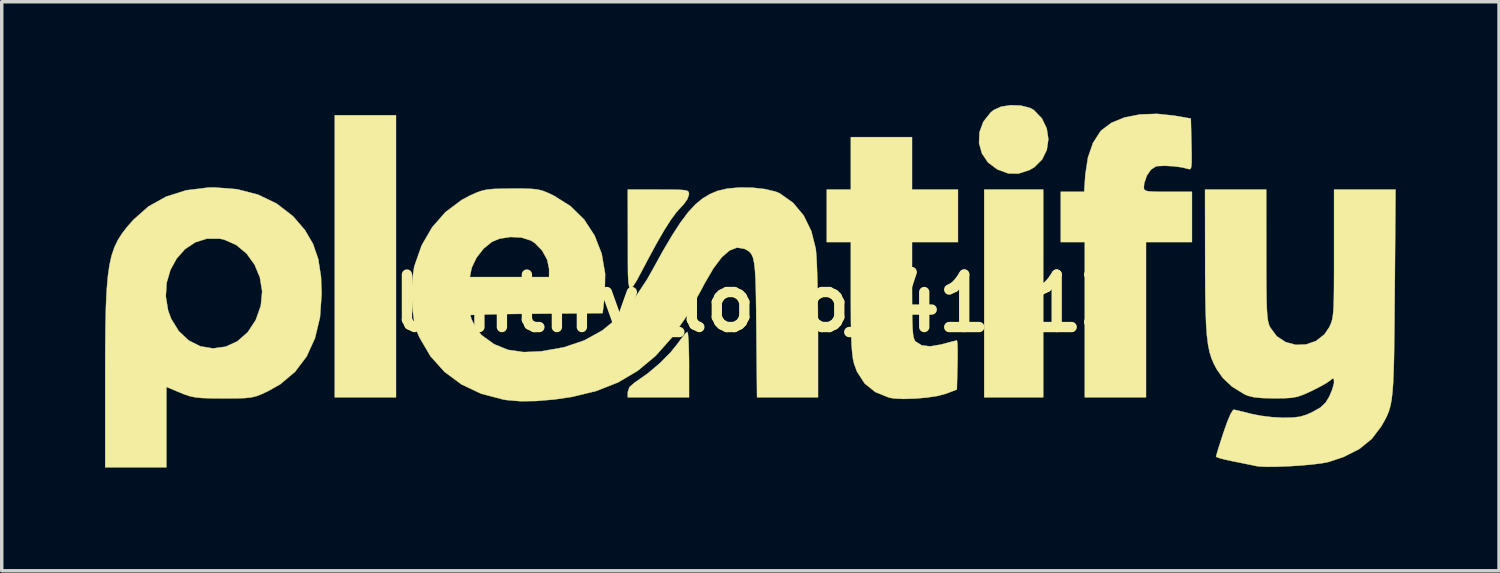
<source format=kicad_pcb>
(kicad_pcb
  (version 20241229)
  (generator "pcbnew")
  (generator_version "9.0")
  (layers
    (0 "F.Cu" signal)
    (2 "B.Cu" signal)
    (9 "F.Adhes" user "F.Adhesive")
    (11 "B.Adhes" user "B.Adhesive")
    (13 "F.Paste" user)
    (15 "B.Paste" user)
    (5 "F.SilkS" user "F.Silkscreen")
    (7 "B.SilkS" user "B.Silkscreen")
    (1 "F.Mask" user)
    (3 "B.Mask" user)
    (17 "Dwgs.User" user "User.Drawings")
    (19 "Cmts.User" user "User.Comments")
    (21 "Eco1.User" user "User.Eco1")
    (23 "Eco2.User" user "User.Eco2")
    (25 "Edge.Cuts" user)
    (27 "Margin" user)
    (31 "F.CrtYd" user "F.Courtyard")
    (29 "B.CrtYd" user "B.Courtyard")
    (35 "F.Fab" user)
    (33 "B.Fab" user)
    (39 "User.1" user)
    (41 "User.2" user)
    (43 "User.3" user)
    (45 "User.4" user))
  (footprint "plentify_logo_41x13"
    (layer "F.Cu")
    (at 18.42 5.758)
    (property "Reference" "plentify_logo_41x13" (at 0 0 0) (layer "F.SilkS") (effects (font (size 1.524 1.524) (thickness 0.3))))
    (attr through_hole)
    (fp_poly (pts (xy -9.97 2.731) (xy -11.748 2.731) (xy -11.748 -5.461) (xy -9.97 -5.461) (xy -9.97 2.731)) (stroke (width 0.01) (type solid)) (fill yes) (layer "F.SilkS"))
    (fp_poly (pts (xy 8.826 2.731) (xy 7.112 2.731) (xy 7.112 -3.302) (xy 8.826 -3.302) (xy 8.826 2.731)) (stroke (width 0.01) (type solid)) (fill yes) (layer "F.SilkS"))
    (fp_poly (pts (xy -1.492 0.887) (xy -1.477 1.051) (xy -1.467 1.298) (xy -1.461 1.607) (xy -1.46 1.778) (xy -1.46 2.731) (xy -3.239 2.731) (xy -3.239 2.577) (xy -3.191 2.435) (xy -3.037 2.299) (xy -3.005 2.279) (xy -2.657 2.035) (xy -2.31 1.741) (xy -2.004 1.434) (xy -1.796 1.177) (xy -1.668 1.001) (xy -1.564 0.875) (xy -1.508 0.828) (xy -1.492 0.887)) (stroke (width 0.01) (type solid)) (fill yes) (layer "F.SilkS"))
    (fp_poly (pts (xy 8.177 -5.742) (xy 8.437 -5.676) (xy 8.552 -5.613) (xy 8.788 -5.369) (xy 8.928 -5.078) (xy 8.975 -4.765) (xy 8.93 -4.456) (xy 8.794 -4.177) (xy 8.571 -3.954) (xy 8.42 -3.867) (xy 8.105 -3.766) (xy 7.813 -3.771) (xy 7.501 -3.885) (xy 7.492 -3.889) (xy 7.222 -4.09) (xy 7.045 -4.353) (xy 6.962 -4.654) (xy 6.975 -4.969) (xy 7.086 -5.272) (xy 7.297 -5.539) (xy 7.387 -5.613) (xy 7.602 -5.71) (xy 7.882 -5.753) (xy 8.177 -5.742)) (stroke (width 0.01) (type solid)) (fill yes) (layer "F.SilkS"))
    (fp_poly (pts (xy -1.998 -3.301) (xy -1.754 -3.297) (xy -1.598 -3.287) (xy -1.511 -3.267) (xy -1.472 -3.234) (xy -1.462 -3.185) (xy -1.462 -3.159) (xy -1.507 -3.027) (xy -1.618 -2.871) (xy -1.661 -2.826) (xy -1.818 -2.655) (xy -1.985 -2.43) (xy -2.173 -2.136) (xy -2.393 -1.756) (xy -2.653 -1.276) (xy -2.656 -1.27) (xy -2.837 -0.927) (xy -2.975 -0.67) (xy -3.078 -0.504) (xy -3.149 -0.435) (xy -3.195 -0.466) (xy -3.221 -0.604) (xy -3.233 -0.853) (xy -3.236 -1.218) (xy -3.236 -1.704) (xy -3.236 -1.794) (xy -3.239 -3.302) (xy -2.349 -3.302) (xy -1.998 -3.301)) (stroke (width 0.01) (type solid)) (fill yes) (layer "F.SilkS"))
    (fp_poly (pts (xy 12.636 -5.449) (xy 13.113 -5.366) (xy 13.131 -4.612) (xy 13.137 -4.293) (xy 13.136 -4.082) (xy 13.125 -3.958) (xy 13.102 -3.902) (xy 13.064 -3.894) (xy 13.035 -3.903) (xy 12.855 -3.948) (xy 12.609 -3.98) (xy 12.355 -3.993) (xy 12.148 -3.984) (xy 12.098 -3.975) (xy 11.953 -3.881) (xy 11.832 -3.703) (xy 11.759 -3.484) (xy 11.748 -3.368) (xy 11.755 -3.311) (xy 11.793 -3.274) (xy 11.882 -3.252) (xy 12.045 -3.242) (xy 12.304 -3.239) (xy 12.446 -3.239) (xy 13.145 -3.239) (xy 13.145 -1.778) (xy 11.811 -1.778) (xy 11.811 2.731) (xy 10.033 2.731) (xy 10.033 -1.778) (xy 9.335 -1.778) (xy 9.335 -3.239) (xy 9.675 -3.239) (xy 10.015 -3.239) (xy 10.049 -3.738) (xy 10.124 -4.233) (xy 10.27 -4.655) (xy 10.482 -4.986) (xy 10.52 -5.028) (xy 10.808 -5.243) (xy 11.187 -5.397) (xy 11.637 -5.485) (xy 12.135 -5.502) (xy 12.636 -5.449)) (stroke (width 0.01) (type solid)) (fill yes) (layer "F.SilkS"))
    (fp_poly (pts (xy 5.016 -3.302) (xy 6.35 -3.302) (xy 6.35 -1.778) (xy 5.016 -1.778) (xy 5.016 -0.386) (xy 5.018 0.081) (xy 5.022 0.437) (xy 5.03 0.698) (xy 5.044 0.881) (xy 5.064 1.001) (xy 5.092 1.074) (xy 5.116 1.107) (xy 5.298 1.221) (xy 5.542 1.25) (xy 5.864 1.196) (xy 5.911 1.183) (xy 6.114 1.128) (xy 6.263 1.091) (xy 6.319 1.079) (xy 6.332 1.139) (xy 6.339 1.3) (xy 6.34 1.537) (xy 6.336 1.792) (xy 6.318 2.505) (xy 6.001 2.625) (xy 5.764 2.688) (xy 5.451 2.737) (xy 5.105 2.767) (xy 4.768 2.777) (xy 4.485 2.762) (xy 4.35 2.739) (xy 3.949 2.577) (xy 3.639 2.327) (xy 3.418 1.986) (xy 3.335 1.763) (xy 3.303 1.626) (xy 3.279 1.447) (xy 3.261 1.21) (xy 3.248 0.898) (xy 3.241 0.497) (xy 3.239 -0.011) (xy 3.239 -0.17) (xy 3.239 -1.778) (xy 2.54 -1.778) (xy 2.54 -3.302) (xy 3.239 -3.302) (xy 3.239 -4.826) (xy 5.016 -4.826) (xy 5.016 -3.302)) (stroke (width 0.01) (type solid)) (fill yes) (layer "F.SilkS"))
    (fp_poly (pts (xy -14.58 -3.312) (xy -13.977 -3.156) (xy -13.441 -2.899) (xy -12.982 -2.546) (xy -12.936 -2.501) (xy -12.614 -2.126) (xy -12.381 -1.728) (xy -12.228 -1.285) (xy -12.148 -0.771) (xy -12.129 -0.286) (xy -12.177 0.404) (xy -12.323 1.014) (xy -12.564 1.543) (xy -12.901 1.989) (xy -13.333 2.352) (xy -13.701 2.559) (xy -13.879 2.641) (xy -14.027 2.698) (xy -14.176 2.733) (xy -14.356 2.752) (xy -14.598 2.76) (xy -14.932 2.762) (xy -14.986 2.762) (xy -15.344 2.759) (xy -15.607 2.75) (xy -15.804 2.73) (xy -15.967 2.695) (xy -16.128 2.64) (xy -16.24 2.594) (xy -16.637 2.428) (xy -16.637 4.763) (xy -18.415 4.763) (xy -18.415 2.125) (xy -18.413 1.341) (xy -18.407 0.672) (xy -18.394 0.105) (xy -18.38 -0.198) (xy -16.655 -0.198) (xy -16.588 0.209) (xy -16.498 0.452) (xy -16.274 0.813) (xy -15.986 1.081) (xy -15.652 1.248) (xy -15.29 1.31) (xy -14.92 1.26) (xy -14.578 1.104) (xy -14.276 0.84) (xy -14.043 0.485) (xy -13.896 0.07) (xy -13.857 -0.344) (xy -13.922 -0.749) (xy -14.077 -1.123) (xy -14.31 -1.445) (xy -14.609 -1.694) (xy -14.96 -1.849) (xy -15.086 -1.876) (xy -15.458 -1.878) (xy -15.798 -1.772) (xy -16.095 -1.574) (xy -16.34 -1.3) (xy -16.521 -0.969) (xy -16.63 -0.596) (xy -16.655 -0.198) (xy -18.38 -0.198) (xy -18.372 -0.372) (xy -18.339 -0.771) (xy -18.292 -1.104) (xy -18.23 -1.384) (xy -18.149 -1.623) (xy -18.049 -1.833) (xy -17.926 -2.027) (xy -17.779 -2.217) (xy -17.605 -2.415) (xy -17.596 -2.425) (xy -17.159 -2.812) (xy -16.645 -3.098) (xy -16.062 -3.282) (xy -15.414 -3.362) (xy -15.24 -3.365) (xy -14.58 -3.312)) (stroke (width 0.01) (type solid)) (fill yes) (layer "F.SilkS"))
    (fp_poly (pts (xy 15.304 -1.413) (xy 15.304 -0.864) (xy 15.307 -0.426) (xy 15.312 -0.086) (xy 15.321 0.172) (xy 15.334 0.363) (xy 15.352 0.502) (xy 15.376 0.603) (xy 15.407 0.682) (xy 15.415 0.697) (xy 15.608 0.957) (xy 15.864 1.126) (xy 16.157 1.206) (xy 16.46 1.195) (xy 16.746 1.095) (xy 16.99 0.905) (xy 17.129 0.701) (xy 17.17 0.615) (xy 17.203 0.529) (xy 17.227 0.426) (xy 17.245 0.292) (xy 17.258 0.11) (xy 17.266 -0.136) (xy 17.27 -0.46) (xy 17.272 -0.879) (xy 17.272 -1.408) (xy 17.272 -1.442) (xy 17.272 -3.302) (xy 19.058 -3.302) (xy 19.034 -0.302) (xy 19.028 0.424) (xy 19.021 1.035) (xy 19.014 1.543) (xy 19.003 1.961) (xy 18.989 2.301) (xy 18.969 2.575) (xy 18.943 2.795) (xy 18.91 2.974) (xy 18.867 3.123) (xy 18.815 3.256) (xy 18.751 3.383) (xy 18.675 3.518) (xy 18.643 3.573) (xy 18.367 3.938) (xy 18.003 4.233) (xy 17.541 4.466) (xy 17.113 4.607) (xy 16.914 4.646) (xy 16.63 4.681) (xy 16.295 4.711) (xy 15.94 4.733) (xy 15.599 4.746) (xy 15.303 4.748) (xy 15.086 4.737) (xy 15.018 4.727) (xy 14.898 4.701) (xy 14.692 4.66) (xy 14.44 4.609) (xy 14.367 4.595) (xy 14.129 4.544) (xy 13.947 4.497) (xy 13.852 4.461) (xy 13.844 4.453) (xy 13.863 4.38) (xy 13.913 4.213) (xy 13.988 3.977) (xy 14.063 3.747) (xy 14.173 3.435) (xy 14.266 3.216) (xy 14.337 3.103) (xy 14.364 3.089) (xy 14.464 3.11) (xy 14.647 3.154) (xy 14.859 3.209) (xy 15.138 3.265) (xy 15.471 3.306) (xy 15.785 3.323) (xy 16.075 3.318) (xy 16.291 3.291) (xy 16.483 3.231) (xy 16.646 3.157) (xy 16.876 3.026) (xy 17.027 2.883) (xy 17.133 2.709) (xy 17.216 2.513) (xy 17.266 2.339) (xy 17.272 2.285) (xy 17.263 2.185) (xy 17.214 2.194) (xy 17.16 2.241) (xy 17.049 2.317) (xy 16.861 2.423) (xy 16.633 2.539) (xy 16.604 2.552) (xy 16.388 2.65) (xy 16.211 2.712) (xy 16.032 2.745) (xy 15.808 2.758) (xy 15.526 2.76) (xy 15.189 2.752) (xy 14.949 2.729) (xy 14.773 2.686) (xy 14.668 2.641) (xy 14.308 2.419) (xy 14.042 2.168) (xy 13.871 1.925) (xy 13.785 1.766) (xy 13.714 1.602) (xy 13.657 1.42) (xy 13.613 1.204) (xy 13.58 0.942) (xy 13.557 0.618) (xy 13.542 0.217) (xy 13.533 -0.274) (xy 13.528 -0.871) (xy 13.528 -1.222) (xy 13.525 -3.302) (xy 15.303 -3.302) (xy 15.304 -1.413)) (stroke (width 0.01) (type solid)) (fill yes) (layer "F.SilkS"))
    (fp_poly (pts (xy 0.392 -3.357) (xy 0.754 -3.316) (xy 1.056 -3.243) (xy 1.175 -3.193) (xy 1.561 -2.919) (xy 1.869 -2.551) (xy 2.091 -2.096) (xy 2.22 -1.587) (xy 2.236 -1.419) (xy 2.251 -1.144) (xy 2.264 -0.781) (xy 2.275 -0.351) (xy 2.282 0.125) (xy 2.285 0.629) (xy 2.286 0.778) (xy 2.286 2.731) (xy 0.515 2.731) (xy 0.495 0.746) (xy 0.489 0.162) (xy 0.482 -0.308) (xy 0.471 -0.677) (xy 0.455 -0.961) (xy 0.431 -1.17) (xy 0.399 -1.32) (xy 0.354 -1.423) (xy 0.297 -1.493) (xy 0.224 -1.544) (xy 0.144 -1.583) (xy -0.064 -1.618) (xy -0.281 -1.536) (xy -0.51 -1.336) (xy -0.752 -1.015) (xy -1.011 -0.571) (xy -1.093 -0.413) (xy -1.515 0.35) (xy -1.958 0.995) (xy -2.433 1.529) (xy -2.951 1.96) (xy -3.521 2.297) (xy -4.156 2.547) (xy -4.865 2.719) (xy -5.366 2.792) (xy -5.902 2.838) (xy -6.353 2.844) (xy -6.752 2.81) (xy -6.858 2.793) (xy -7.499 2.625) (xy -8.069 2.355) (xy -8.562 1.99) (xy -8.97 1.535) (xy -9.287 0.995) (xy -9.36 0.826) (xy -9.443 0.524) (xy -9.495 0.142) (xy -9.514 -0.275) (xy -9.498 -0.683) (xy -9.487 -0.762) (xy -7.826 -0.762) (xy -5.524 -0.762) (xy -5.524 -1.001) (xy -5.58 -1.269) (xy -5.728 -1.534) (xy -5.94 -1.751) (xy -6.05 -1.822) (xy -6.324 -1.909) (xy -6.647 -1.926) (xy -6.966 -1.876) (xy -7.184 -1.785) (xy -7.427 -1.587) (xy -7.632 -1.324) (xy -7.766 -1.044) (xy -7.785 -0.967) (xy -7.826 -0.762) (xy -9.487 -0.762) (xy -9.445 -1.039) (xy -9.436 -1.08) (xy -9.226 -1.68) (xy -8.921 -2.207) (xy -8.531 -2.651) (xy -8.063 -3.001) (xy -7.822 -3.129) (xy -7.636 -3.213) (xy -7.48 -3.269) (xy -7.32 -3.303) (xy -7.123 -3.322) (xy -6.856 -3.329) (xy -6.604 -3.331) (xy -6.27 -3.331) (xy -6.03 -3.323) (xy -5.852 -3.304) (xy -5.703 -3.266) (xy -5.551 -3.205) (xy -5.387 -3.127) (xy -4.903 -2.823) (xy -4.506 -2.433) (xy -4.202 -1.968) (xy -3.997 -1.441) (xy -3.897 -0.862) (xy -3.907 -0.244) (xy -3.911 -0.208) (xy -3.969 0.286) (xy -5.89 0.303) (xy -6.369 0.307) (xy -6.804 0.313) (xy -7.181 0.32) (xy -7.483 0.327) (xy -7.695 0.334) (xy -7.801 0.34) (xy -7.811 0.342) (xy -7.776 0.464) (xy -7.691 0.635) (xy -7.584 0.806) (xy -7.483 0.926) (xy -7.118 1.189) (xy -6.718 1.351) (xy -6.263 1.417) (xy -5.756 1.395) (xy -5.092 1.277) (xy -4.503 1.078) (xy -3.98 0.79) (xy -3.508 0.404) (xy -3.078 -0.089) (xy -2.677 -0.696) (xy -2.545 -0.93) (xy -2.229 -1.502) (xy -1.954 -1.969) (xy -1.711 -2.344) (xy -1.489 -2.64) (xy -1.279 -2.868) (xy -1.071 -3.041) (xy -0.854 -3.171) (xy -0.635 -3.264) (xy -0.344 -3.332) (xy 0.012 -3.363) (xy 0.392 -3.357)) (stroke (width 0.01) (type solid)) (fill yes) (layer "F.SilkS")))
  (gr_rect
    (start -3 -3)
    (end 40.483 13.526)
    (stroke (width 0.1) (type default))
    (fill no)
    (layer "Edge.Cuts")))
</source>
